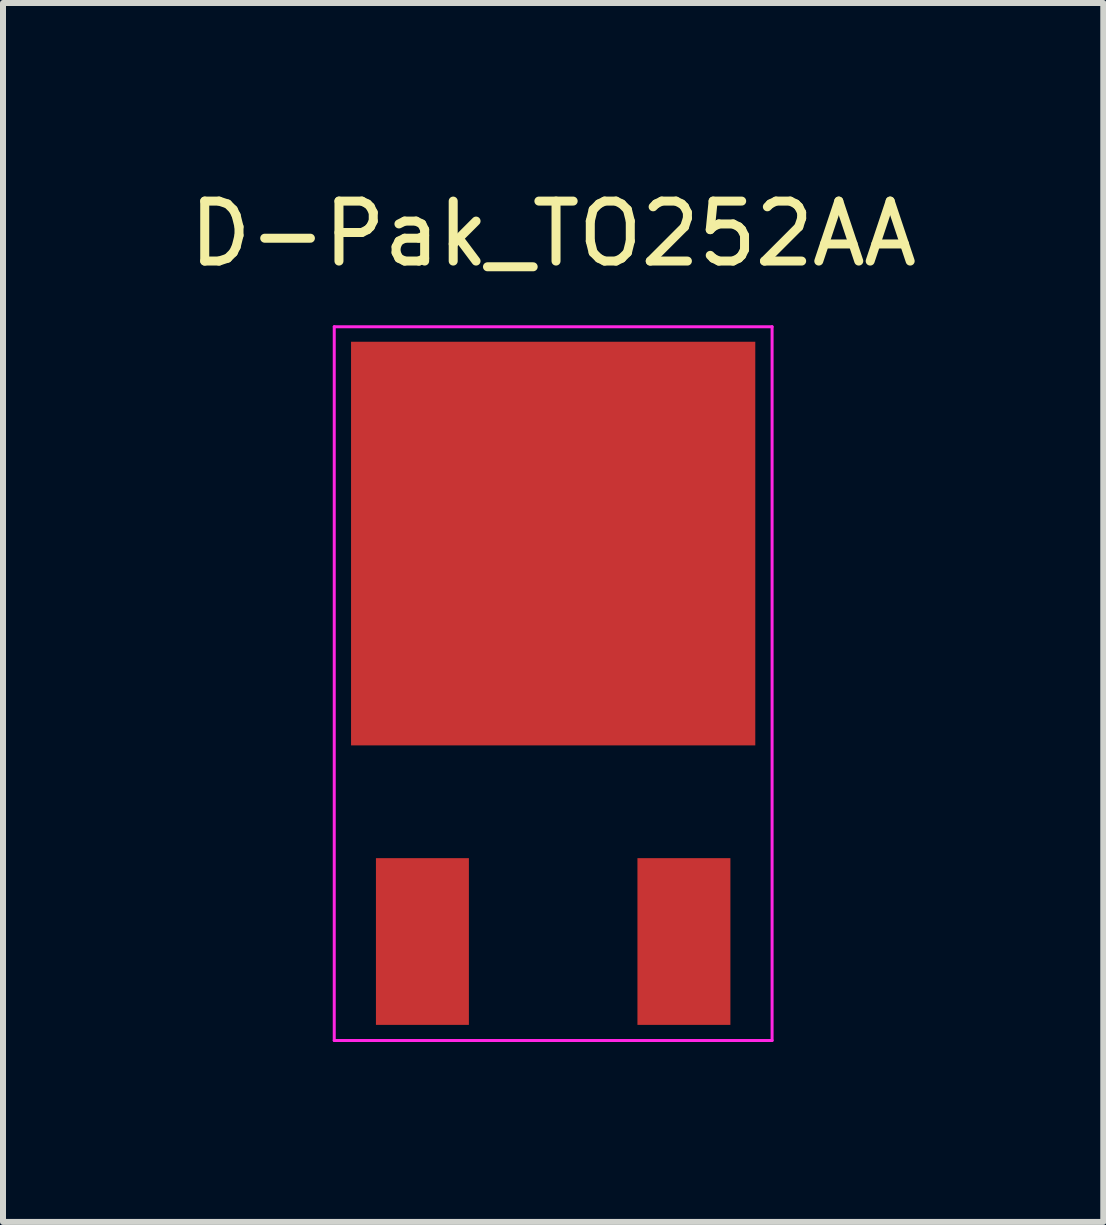
<source format=kicad_pcb>
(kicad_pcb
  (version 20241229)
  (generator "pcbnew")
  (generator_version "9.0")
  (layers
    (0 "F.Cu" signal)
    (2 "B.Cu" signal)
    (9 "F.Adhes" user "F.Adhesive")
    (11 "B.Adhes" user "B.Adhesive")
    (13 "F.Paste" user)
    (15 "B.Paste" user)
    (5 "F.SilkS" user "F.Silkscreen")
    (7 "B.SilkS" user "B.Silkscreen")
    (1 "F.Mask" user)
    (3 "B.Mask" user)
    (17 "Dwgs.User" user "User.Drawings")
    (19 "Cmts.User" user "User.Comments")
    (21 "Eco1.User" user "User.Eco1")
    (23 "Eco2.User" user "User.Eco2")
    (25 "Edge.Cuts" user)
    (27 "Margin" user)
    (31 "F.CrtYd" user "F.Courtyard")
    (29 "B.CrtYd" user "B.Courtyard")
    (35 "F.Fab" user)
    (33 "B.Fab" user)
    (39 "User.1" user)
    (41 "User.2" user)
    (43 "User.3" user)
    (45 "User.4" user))
  (footprint "D-Pak_TO252AA"
    (layer "F.Cu")
    (at 6.173 8.348)
    (property "Reference" "D-Pak_TO252AA" (at 0 -7.5 0) (layer "F.SilkS") (effects (font (size 1 1) (thickness 0.15))))
    (attr smd)
    (fp_line (start -3.65 -5.95) (end 3.65 -5.95) (stroke (width 0.05) (type solid)) (layer "F.CrtYd"))
    (fp_line (start -3.65 5.95) (end -3.65 -5.95) (stroke (width 0.05) (type solid)) (layer "F.CrtYd"))
    (fp_line (start 3.65 -5.95) (end 3.65 5.95) (stroke (width 0.05) (type solid)) (layer "F.CrtYd"))
    (fp_line (start 3.65 5.95) (end -3.65 5.95) (stroke (width 0.05) (type solid)) (layer "F.CrtYd"))
    (pad "1" smd rect (at -2.18 4.3) (size 1.55 2.78) (layers "F.Cu" "F.Mask" "F.Paste"))
    (pad "2" smd rect (at 0 -2.335) (size 6.74 6.73) (layers "F.Cu" "F.Mask" "F.Paste"))
    (pad "3" smd rect (at 2.18 4.3) (size 1.55 2.78) (layers "F.Cu" "F.Mask" "F.Paste")))
  (gr_rect
    (start -3 -3)
    (end 15.345 17.323)
    (stroke (width 0.1) (type default))
    (fill no)
    (layer "Edge.Cuts")))
</source>
